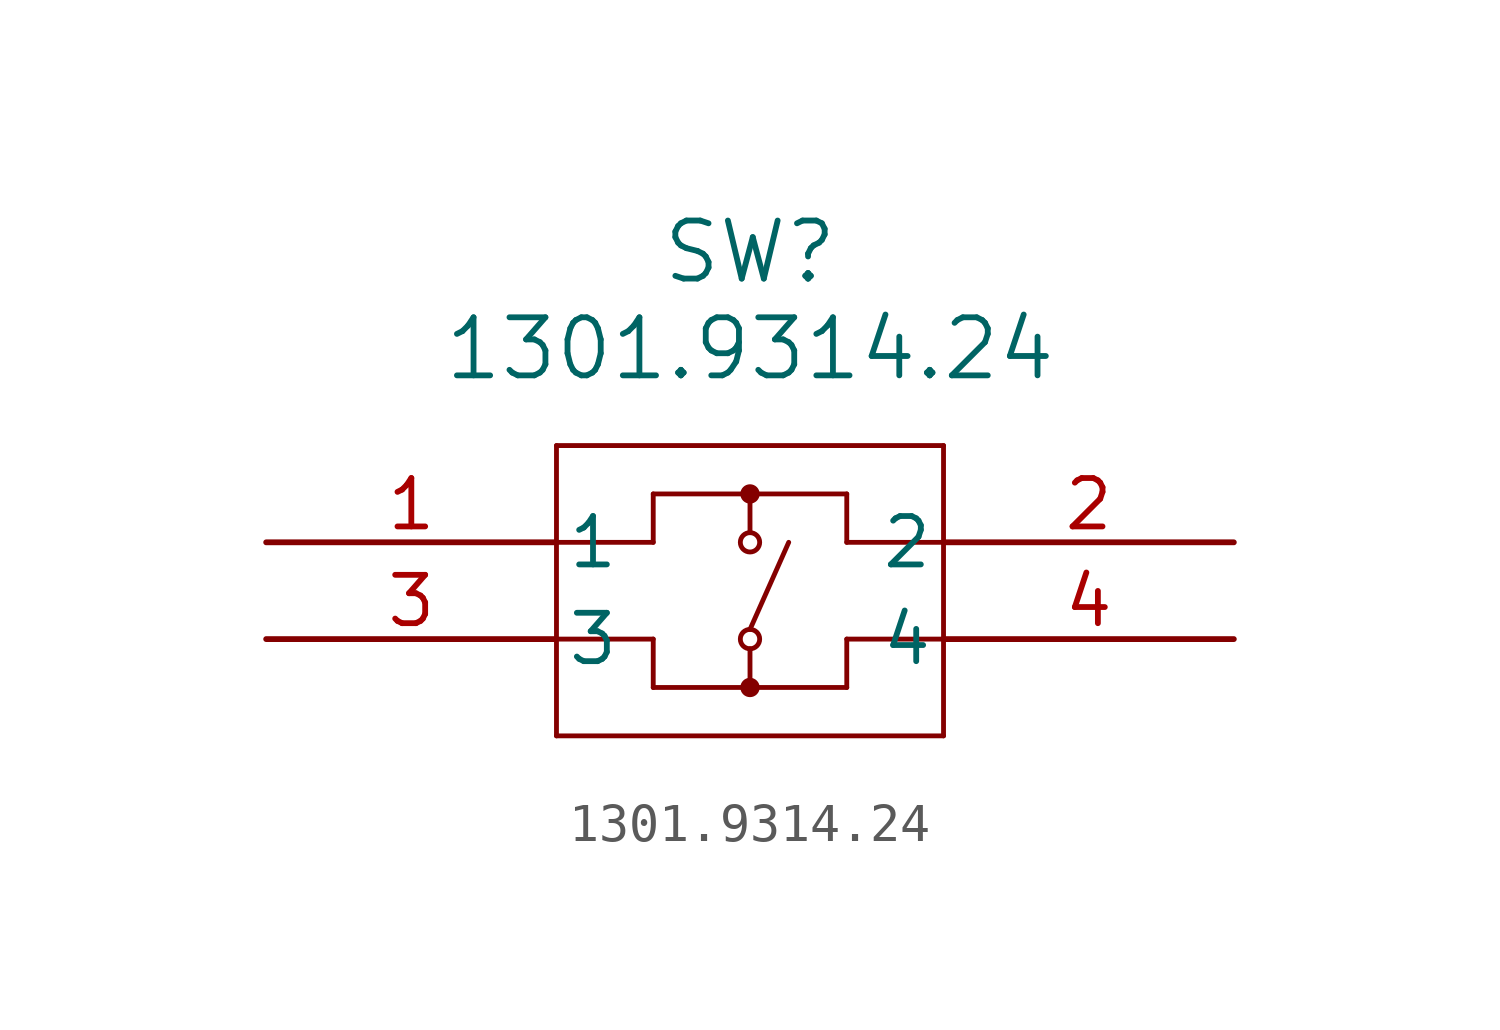
<source format=kicad_sym>
(kicad_symbol_lib
  (version 20211014)
  (generator kicad_symbol_editor)
  (symbol "1301.9314.24"
    (pin_names
      (offset 0.254))
    (property "Reference" "SW"
      (at 12.7 7.62 0)
      (effects (font (size 1.524 1.524))))
    (property "Value" "1301.9314.24"
      (at 12.7 5.08 0)
      (effects (font (size 1.524 1.524))))
    (symbol "1301.9314.24_0_1"
      (polyline (pts (xy 7.62 2.54) (xy 7.62 -5.08)) (stroke (width 0.127) (type default) (color 0 0 0 0)) (fill (type none)))
      (polyline (pts (xy 7.62 -5.08) (xy 17.78 -5.08)) (stroke (width 0.127) (type default) (color 0 0 0 0)) (fill (type none)))
      (polyline (pts (xy 17.78 -5.08) (xy 17.78 2.54)) (stroke (width 0.127) (type default) (color 0 0 0 0)) (fill (type none)))
      (polyline (pts (xy 17.78 2.54) (xy 7.62 2.54)) (stroke (width 0.127) (type default) (color 0 0 0 0)) (fill (type none)))
      (polyline (pts (xy 7.62 0) (xy 10.16 0)) (stroke (width 0.127) (type default) (color 0 0 0 0)) (fill (type none)))
      (polyline (pts (xy 10.16 0) (xy 10.16 1.27)) (stroke (width 0.127) (type default) (color 0 0 0 0)) (fill (type none)))
      (polyline (pts (xy 10.16 1.27) (xy 15.24 1.27)) (stroke (width 0.127) (type default) (color 0 0 0 0)) (fill (type none)))
      (polyline (pts (xy 15.24 1.27) (xy 15.24 0)) (stroke (width 0.127) (type default) (color 0 0 0 0)) (fill (type none)))
      (polyline (pts (xy 15.24 0) (xy 17.78 0)) (stroke (width 0.127) (type default) (color 0 0 0 0)) (fill (type none)))
      (polyline (pts (xy 17.78 -2.54) (xy 15.24 -2.54)) (stroke (width 0.127) (type default) (color 0 0 0 0)) (fill (type none)))
      (polyline (pts (xy 15.24 -2.54) (xy 15.24 -3.81)) (stroke (width 0.127) (type default) (color 0 0 0 0)) (fill (type none)))
      (polyline (pts (xy 15.24 -3.81) (xy 10.16 -3.81)) (stroke (width 0.127) (type default) (color 0 0 0 0)) (fill (type none)))
      (polyline (pts (xy 10.16 -3.81) (xy 10.16 -2.54)) (stroke (width 0.127) (type default) (color 0 0 0 0)) (fill (type none)))
      (polyline (pts (xy 10.16 -2.54) (xy 7.62 -2.54)) (stroke (width 0.127) (type default) (color 0 0 0 0)) (fill (type none)))
      (polyline (pts (xy 12.7 1.27) (xy 12.7 0.254)) (stroke (width 0.127) (type default) (color 0 0 0 0)) (fill (type none)))
      (polyline (pts (xy 12.7 -2.794) (xy 12.7 -3.81)) (stroke (width 0.127) (type default) (color 0 0 0 0)) (fill (type none)))
      (circle (center 12.7 0) (radius 0.254) (stroke (width 0.127) (type default) (color 0 0 0 0)) (fill (type none)))
      (circle (center 12.7 -2.54) (radius 0.254) (stroke (width 0.127) (type default) (color 0 0 0 0)) (fill (type none)))
      (polyline (pts (xy 13.716 0) (xy 12.7 -2.286)) (stroke (width 0.127) (type default) (color 0 0 0 0)) (fill (type none)))
      (circle (center 12.7 1.27) (radius 0.127) (stroke (width 0.254) (type default) (color 0 0 0 0)) (fill (type none)))
      (circle (center 12.7 -3.81) (radius 0.127) (stroke (width 0.254) (type default) (color 0 0 0 0)) (fill (type none)))
      (pin unspecified line (at 0 0 0) (length 7.62) (name "1" (effects (font (size 1.27 1.27)))) (number "1" (effects (font (size 1.27 1.27)))))
      (pin unspecified line (at 25.4 0 180) (length 7.62) (name "2" (effects (font (size 1.27 1.27)))) (number "2" (effects (font (size 1.27 1.27)))))
      (pin unspecified line (at 0 -2.54 0) (length 7.62) (name "3" (effects (font (size 1.27 1.27)))) (number "3" (effects (font (size 1.27 1.27)))))
      (pin unspecified line (at 25.4 -2.54 180) (length 7.62) (name "4" (effects (font (size 1.27 1.27)))) (number "4" (effects (font (size 1.27 1.27))))))))
</source>
